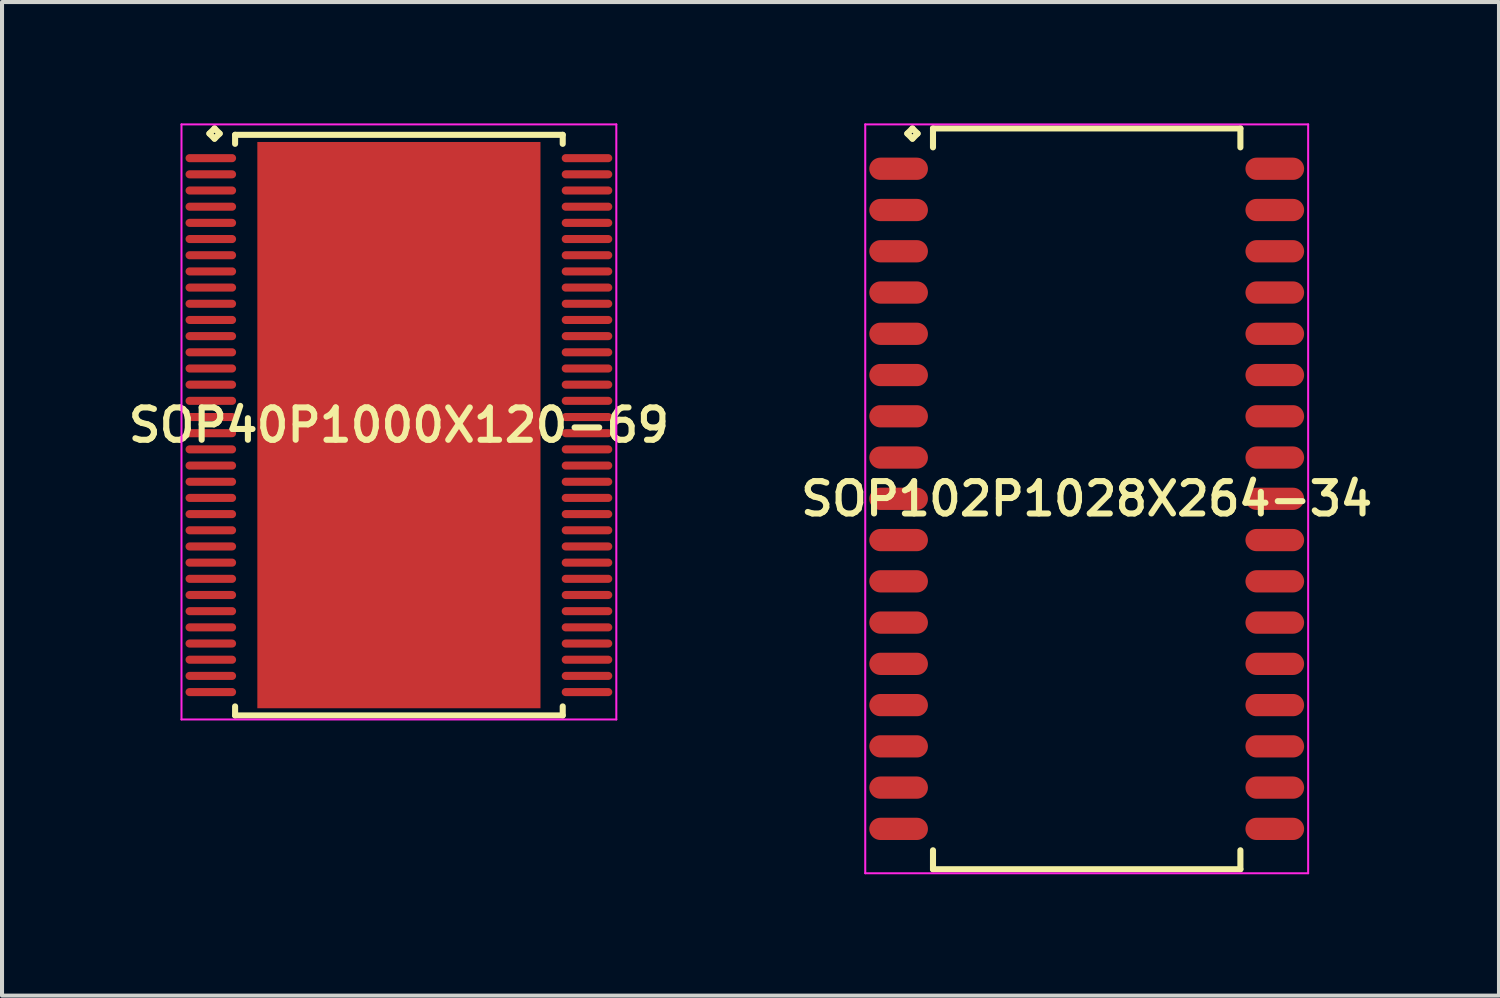
<source format=kicad_pcb>
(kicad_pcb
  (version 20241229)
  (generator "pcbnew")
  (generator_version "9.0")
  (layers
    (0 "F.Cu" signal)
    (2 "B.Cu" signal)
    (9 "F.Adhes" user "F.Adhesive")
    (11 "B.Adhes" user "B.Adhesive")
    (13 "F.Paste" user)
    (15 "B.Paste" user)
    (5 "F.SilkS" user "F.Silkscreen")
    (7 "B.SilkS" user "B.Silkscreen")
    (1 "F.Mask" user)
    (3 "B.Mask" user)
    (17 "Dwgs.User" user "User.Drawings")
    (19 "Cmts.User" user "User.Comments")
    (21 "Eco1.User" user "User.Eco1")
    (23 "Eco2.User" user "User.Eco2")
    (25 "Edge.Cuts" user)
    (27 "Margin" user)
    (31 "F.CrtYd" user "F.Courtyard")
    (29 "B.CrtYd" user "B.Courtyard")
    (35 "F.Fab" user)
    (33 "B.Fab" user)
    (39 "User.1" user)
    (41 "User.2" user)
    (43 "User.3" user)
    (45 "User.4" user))
  (footprint "SOP40P1000X120-69"
    (layer "F.Cu")
    (at 6.812 7.46)
    (property "Reference" "SOP40P1000X120-69" (at 0 0 0) (layer "F.SilkS") (effects (font (size 0.8 0.8) (thickness 0.15))))
    (attr smd)
    (fp_line (start -4.685 -7.208) (end -4.558 -7.335) (stroke (width 0.15) (type solid)) (layer "F.SilkS"))
    (fp_line (start -4.558 -7.335) (end -4.431 -7.208) (stroke (width 0.15) (type solid)) (layer "F.SilkS"))
    (fp_line (start -4.558 -7.081) (end -4.685 -7.208) (stroke (width 0.15) (type solid)) (layer "F.SilkS"))
    (fp_line (start -4.431 -7.208) (end -4.558 -7.081) (stroke (width 0.15) (type solid)) (layer "F.SilkS"))
    (fp_line (start -4.05 -7.177) (end 4.05 -7.177) (stroke (width 0.15) (type solid)) (layer "F.SilkS"))
    (fp_line (start -4.05 -6.954) (end -4.05 -7.177) (stroke (width 0.15) (type solid)) (layer "F.SilkS"))
    (fp_line (start -4.05 6.954) (end -4.05 7.177) (stroke (width 0.15) (type solid)) (layer "F.SilkS"))
    (fp_line (start -4.05 7.177) (end 4.05 7.177) (stroke (width 0.15) (type solid)) (layer "F.SilkS"))
    (fp_line (start 4.05 -7.177) (end 4.05 -6.954) (stroke (width 0.15) (type solid)) (layer "F.SilkS"))
    (fp_line (start 4.05 7.177) (end 4.05 6.954) (stroke (width 0.15) (type solid)) (layer "F.SilkS"))
    (fp_line (start -5.375 -7.435) (end 5.375 -7.435) (stroke (width 0.05) (type solid)) (layer "F.CrtYd"))
    (fp_line (start -5.375 7.277) (end -5.375 -7.435) (stroke (width 0.05) (type solid)) (layer "F.CrtYd"))
    (fp_line (start 5.375 -7.435) (end 5.375 7.277) (stroke (width 0.05) (type solid)) (layer "F.CrtYd"))
    (fp_line (start 5.375 7.277) (end -5.375 7.277) (stroke (width 0.05) (type solid)) (layer "F.CrtYd"))
    (pad "1" smd oval (at -4.65 -6.6) (size 1.25 0.2) (layers "F.Cu" "F.Mask" "F.Paste"))
    (pad "2" smd oval (at -4.65 -6.2) (size 1.25 0.2) (layers "F.Cu" "F.Mask" "F.Paste"))
    (pad "3" smd oval (at -4.65 -5.8) (size 1.25 0.2) (layers "F.Cu" "F.Mask" "F.Paste"))
    (pad "4" smd oval (at -4.65 -5.4) (size 1.25 0.2) (layers "F.Cu" "F.Mask" "F.Paste"))
    (pad "5" smd oval (at -4.65 -5) (size 1.25 0.2) (layers "F.Cu" "F.Mask" "F.Paste"))
    (pad "6" smd oval (at -4.65 -4.6) (size 1.25 0.2) (layers "F.Cu" "F.Mask" "F.Paste"))
    (pad "7" smd oval (at -4.65 -4.2) (size 1.25 0.2) (layers "F.Cu" "F.Mask" "F.Paste"))
    (pad "8" smd oval (at -4.65 -3.8) (size 1.25 0.2) (layers "F.Cu" "F.Mask" "F.Paste"))
    (pad "9" smd oval (at -4.65 -3.4) (size 1.25 0.2) (layers "F.Cu" "F.Mask" "F.Paste"))
    (pad "10" smd oval (at -4.65 -3) (size 1.25 0.2) (layers "F.Cu" "F.Mask" "F.Paste"))
    (pad "11" smd oval (at -4.65 -2.6) (size 1.25 0.2) (layers "F.Cu" "F.Mask" "F.Paste"))
    (pad "12" smd oval (at -4.65 -2.2) (size 1.25 0.2) (layers "F.Cu" "F.Mask" "F.Paste"))
    (pad "13" smd oval (at -4.65 -1.8) (size 1.25 0.2) (layers "F.Cu" "F.Mask" "F.Paste"))
    (pad "14" smd oval (at -4.65 -1.4) (size 1.25 0.2) (layers "F.Cu" "F.Mask" "F.Paste"))
    (pad "15" smd oval (at -4.65 -1) (size 1.25 0.2) (layers "F.Cu" "F.Mask" "F.Paste"))
    (pad "16" smd oval (at -4.65 -0.6) (size 1.25 0.2) (layers "F.Cu" "F.Mask" "F.Paste"))
    (pad "17" smd oval (at -4.65 -0.2) (size 1.25 0.2) (layers "F.Cu" "F.Mask" "F.Paste"))
    (pad "18" smd oval (at -4.65 0.2) (size 1.25 0.2) (layers "F.Cu" "F.Mask" "F.Paste"))
    (pad "19" smd oval (at -4.65 0.6) (size 1.25 0.2) (layers "F.Cu" "F.Mask" "F.Paste"))
    (pad "20" smd oval (at -4.65 1) (size 1.25 0.2) (layers "F.Cu" "F.Mask" "F.Paste"))
    (pad "21" smd oval (at -4.65 1.4) (size 1.25 0.2) (layers "F.Cu" "F.Mask" "F.Paste"))
    (pad "22" smd oval (at -4.65 1.8) (size 1.25 0.2) (layers "F.Cu" "F.Mask" "F.Paste"))
    (pad "23" smd oval (at -4.65 2.2) (size 1.25 0.2) (layers "F.Cu" "F.Mask" "F.Paste"))
    (pad "24" smd oval (at -4.65 2.6) (size 1.25 0.2) (layers "F.Cu" "F.Mask" "F.Paste"))
    (pad "25" smd oval (at -4.65 3) (size 1.25 0.2) (layers "F.Cu" "F.Mask" "F.Paste"))
    (pad "26" smd oval (at -4.65 3.4) (size 1.25 0.2) (layers "F.Cu" "F.Mask" "F.Paste"))
    (pad "27" smd oval (at -4.65 3.8) (size 1.25 0.2) (layers "F.Cu" "F.Mask" "F.Paste"))
    (pad "28" smd oval (at -4.65 4.2) (size 1.25 0.2) (layers "F.Cu" "F.Mask" "F.Paste"))
    (pad "29" smd oval (at -4.65 4.6) (size 1.25 0.2) (layers "F.Cu" "F.Mask" "F.Paste"))
    (pad "30" smd oval (at -4.65 5) (size 1.25 0.2) (layers "F.Cu" "F.Mask" "F.Paste"))
    (pad "31" smd oval (at -4.65 5.4) (size 1.25 0.2) (layers "F.Cu" "F.Mask" "F.Paste"))
    (pad "32" smd oval (at -4.65 5.8) (size 1.25 0.2) (layers "F.Cu" "F.Mask" "F.Paste"))
    (pad "33" smd oval (at -4.65 6.2) (size 1.25 0.2) (layers "F.Cu" "F.Mask" "F.Paste"))
    (pad "34" smd oval (at -4.65 6.6) (size 1.25 0.2) (layers "F.Cu" "F.Mask" "F.Paste"))
    (pad "35" smd oval (at 4.65 6.6) (size 1.25 0.2) (layers "F.Cu" "F.Mask" "F.Paste"))
    (pad "36" smd oval (at 4.65 6.2) (size 1.25 0.2) (layers "F.Cu" "F.Mask" "F.Paste"))
    (pad "37" smd oval (at 4.65 5.8) (size 1.25 0.2) (layers "F.Cu" "F.Mask" "F.Paste"))
    (pad "38" smd oval (at 4.65 5.4) (size 1.25 0.2) (layers "F.Cu" "F.Mask" "F.Paste"))
    (pad "39" smd oval (at 4.65 5) (size 1.25 0.2) (layers "F.Cu" "F.Mask" "F.Paste"))
    (pad "40" smd oval (at 4.65 4.6) (size 1.25 0.2) (layers "F.Cu" "F.Mask" "F.Paste"))
    (pad "41" smd oval (at 4.65 4.2) (size 1.25 0.2) (layers "F.Cu" "F.Mask" "F.Paste"))
    (pad "42" smd oval (at 4.65 3.8) (size 1.25 0.2) (layers "F.Cu" "F.Mask" "F.Paste"))
    (pad "43" smd oval (at 4.65 3.4) (size 1.25 0.2) (layers "F.Cu" "F.Mask" "F.Paste"))
    (pad "44" smd oval (at 4.65 3) (size 1.25 0.2) (layers "F.Cu" "F.Mask" "F.Paste"))
    (pad "45" smd oval (at 4.65 2.6) (size 1.25 0.2) (layers "F.Cu" "F.Mask" "F.Paste"))
    (pad "46" smd oval (at 4.65 2.2) (size 1.25 0.2) (layers "F.Cu" "F.Mask" "F.Paste"))
    (pad "47" smd oval (at 4.65 1.8) (size 1.25 0.2) (layers "F.Cu" "F.Mask" "F.Paste"))
    (pad "48" smd oval (at 4.65 1.4) (size 1.25 0.2) (layers "F.Cu" "F.Mask" "F.Paste"))
    (pad "49" smd oval (at 4.65 1) (size 1.25 0.2) (layers "F.Cu" "F.Mask" "F.Paste"))
    (pad "50" smd oval (at 4.65 0.6) (size 1.25 0.2) (layers "F.Cu" "F.Mask" "F.Paste"))
    (pad "51" smd oval (at 4.65 0.2) (size 1.25 0.2) (layers "F.Cu" "F.Mask" "F.Paste"))
    (pad "52" smd oval (at 4.65 -0.2) (size 1.25 0.2) (layers "F.Cu" "F.Mask" "F.Paste"))
    (pad "53" smd oval (at 4.65 -0.6) (size 1.25 0.2) (layers "F.Cu" "F.Mask" "F.Paste"))
    (pad "54" smd oval (at 4.65 -1) (size 1.25 0.2) (layers "F.Cu" "F.Mask" "F.Paste"))
    (pad "55" smd oval (at 4.65 -1.4) (size 1.25 0.2) (layers "F.Cu" "F.Mask" "F.Paste"))
    (pad "56" smd oval (at 4.65 -1.8) (size 1.25 0.2) (layers "F.Cu" "F.Mask" "F.Paste"))
    (pad "57" smd oval (at 4.65 -2.2) (size 1.25 0.2) (layers "F.Cu" "F.Mask" "F.Paste"))
    (pad "58" smd oval (at 4.65 -2.6) (size 1.25 0.2) (layers "F.Cu" "F.Mask" "F.Paste"))
    (pad "59" smd oval (at 4.65 -3) (size 1.25 0.2) (layers "F.Cu" "F.Mask" "F.Paste"))
    (pad "60" smd oval (at 4.65 -3.4) (size 1.25 0.2) (layers "F.Cu" "F.Mask" "F.Paste"))
    (pad "61" smd oval (at 4.65 -3.8) (size 1.25 0.2) (layers "F.Cu" "F.Mask" "F.Paste"))
    (pad "62" smd oval (at 4.65 -4.2) (size 1.25 0.2) (layers "F.Cu" "F.Mask" "F.Paste"))
    (pad "63" smd oval (at 4.65 -4.6) (size 1.25 0.2) (layers "F.Cu" "F.Mask" "F.Paste"))
    (pad "64" smd oval (at 4.65 -5) (size 1.25 0.2) (layers "F.Cu" "F.Mask" "F.Paste"))
    (pad "65" smd oval (at 4.65 -5.4) (size 1.25 0.2) (layers "F.Cu" "F.Mask" "F.Paste"))
    (pad "66" smd oval (at 4.65 -5.8) (size 1.25 0.2) (layers "F.Cu" "F.Mask" "F.Paste"))
    (pad "67" smd oval (at 4.65 -6.2) (size 1.25 0.2) (layers "F.Cu" "F.Mask" "F.Paste"))
    (pad "68" smd oval (at 4.65 -6.6) (size 1.25 0.2) (layers "F.Cu" "F.Mask" "F.Paste"))
    (pad "69" smd rect (at 0 0) (size 7 14) (layers "F.Cu" "F.Mask" "F.Paste")))
  (footprint "SOP102P1028X264-34"
    (layer "F.Cu")
    (at 23.816 9.282)
    (property "Reference" "SOP102P1028X264-34" (at 0 0 0) (layer "F.SilkS") (effects (font (size 0.8 0.8) (thickness 0.15))))
    (attr smd)
    (fp_line (start -4.435 -9.03) (end -4.308 -9.157) (stroke (width 0.15) (type solid)) (layer "F.SilkS"))
    (fp_line (start -4.308 -9.157) (end -4.181 -9.03) (stroke (width 0.15) (type solid)) (layer "F.SilkS"))
    (fp_line (start -4.308 -8.903) (end -4.435 -9.03) (stroke (width 0.15) (type solid)) (layer "F.SilkS"))
    (fp_line (start -4.181 -9.03) (end -4.308 -8.903) (stroke (width 0.15) (type solid)) (layer "F.SilkS"))
    (fp_line (start -3.8 -9.157) (end 3.8 -9.157) (stroke (width 0.15) (type solid)) (layer "F.SilkS"))
    (fp_line (start -3.8 -8.689) (end -3.8 -9.157) (stroke (width 0.15) (type solid)) (layer "F.SilkS"))
    (fp_line (start -3.8 8.689) (end -3.8 9.157) (stroke (width 0.15) (type solid)) (layer "F.SilkS"))
    (fp_line (start -3.8 9.157) (end 3.8 9.157) (stroke (width 0.15) (type solid)) (layer "F.SilkS"))
    (fp_line (start 3.8 -9.157) (end 3.8 -8.689) (stroke (width 0.15) (type solid)) (layer "F.SilkS"))
    (fp_line (start 3.8 9.157) (end 3.8 8.689) (stroke (width 0.15) (type solid)) (layer "F.SilkS"))
    (fp_line (start -5.475 -9.257) (end 5.475 -9.257) (stroke (width 0.05) (type solid)) (layer "F.CrtYd"))
    (fp_line (start -5.475 9.257) (end -5.475 -9.257) (stroke (width 0.05) (type solid)) (layer "F.CrtYd"))
    (fp_line (start 5.475 -9.257) (end 5.475 9.257) (stroke (width 0.05) (type solid)) (layer "F.CrtYd"))
    (fp_line (start 5.475 9.257) (end -5.475 9.257) (stroke (width 0.05) (type solid)) (layer "F.CrtYd"))
    (pad "1" smd oval (at -4.65 -8.16) (size 1.45 0.55) (layers "F.Cu" "F.Mask" "F.Paste"))
    (pad "2" smd oval (at -4.65 -7.14) (size 1.45 0.55) (layers "F.Cu" "F.Mask" "F.Paste"))
    (pad "3" smd oval (at -4.65 -6.12) (size 1.45 0.55) (layers "F.Cu" "F.Mask" "F.Paste"))
    (pad "4" smd oval (at -4.65 -5.1) (size 1.45 0.55) (layers "F.Cu" "F.Mask" "F.Paste"))
    (pad "5" smd oval (at -4.65 -4.08) (size 1.45 0.55) (layers "F.Cu" "F.Mask" "F.Paste"))
    (pad "6" smd oval (at -4.65 -3.06) (size 1.45 0.55) (layers "F.Cu" "F.Mask" "F.Paste"))
    (pad "7" smd oval (at -4.65 -2.04) (size 1.45 0.55) (layers "F.Cu" "F.Mask" "F.Paste"))
    (pad "8" smd oval (at -4.65 -1.02) (size 1.45 0.55) (layers "F.Cu" "F.Mask" "F.Paste"))
    (pad "9" smd oval (at -4.65 0) (size 1.45 0.55) (layers "F.Cu" "F.Mask" "F.Paste"))
    (pad "10" smd oval (at -4.65 1.02) (size 1.45 0.55) (layers "F.Cu" "F.Mask" "F.Paste"))
    (pad "11" smd oval (at -4.65 2.04) (size 1.45 0.55) (layers "F.Cu" "F.Mask" "F.Paste"))
    (pad "12" smd oval (at -4.65 3.06) (size 1.45 0.55) (layers "F.Cu" "F.Mask" "F.Paste"))
    (pad "13" smd oval (at -4.65 4.08) (size 1.45 0.55) (layers "F.Cu" "F.Mask" "F.Paste"))
    (pad "14" smd oval (at -4.65 5.1) (size 1.45 0.55) (layers "F.Cu" "F.Mask" "F.Paste"))
    (pad "15" smd oval (at -4.65 6.12) (size 1.45 0.55) (layers "F.Cu" "F.Mask" "F.Paste"))
    (pad "16" smd oval (at -4.65 7.14) (size 1.45 0.55) (layers "F.Cu" "F.Mask" "F.Paste"))
    (pad "17" smd oval (at -4.65 8.16) (size 1.45 0.55) (layers "F.Cu" "F.Mask" "F.Paste"))
    (pad "18" smd oval (at 4.65 8.16) (size 1.45 0.55) (layers "F.Cu" "F.Mask" "F.Paste"))
    (pad "19" smd oval (at 4.65 7.14) (size 1.45 0.55) (layers "F.Cu" "F.Mask" "F.Paste"))
    (pad "20" smd oval (at 4.65 6.12) (size 1.45 0.55) (layers "F.Cu" "F.Mask" "F.Paste"))
    (pad "21" smd oval (at 4.65 5.1) (size 1.45 0.55) (layers "F.Cu" "F.Mask" "F.Paste"))
    (pad "22" smd oval (at 4.65 4.08) (size 1.45 0.55) (layers "F.Cu" "F.Mask" "F.Paste"))
    (pad "23" smd oval (at 4.65 3.06) (size 1.45 0.55) (layers "F.Cu" "F.Mask" "F.Paste"))
    (pad "24" smd oval (at 4.65 2.04) (size 1.45 0.55) (layers "F.Cu" "F.Mask" "F.Paste"))
    (pad "25" smd oval (at 4.65 1.02) (size 1.45 0.55) (layers "F.Cu" "F.Mask" "F.Paste"))
    (pad "26" smd oval (at 4.65 0) (size 1.45 0.55) (layers "F.Cu" "F.Mask" "F.Paste"))
    (pad "27" smd oval (at 4.65 -1.02) (size 1.45 0.55) (layers "F.Cu" "F.Mask" "F.Paste"))
    (pad "28" smd oval (at 4.65 -2.04) (size 1.45 0.55) (layers "F.Cu" "F.Mask" "F.Paste"))
    (pad "29" smd oval (at 4.65 -3.06) (size 1.45 0.55) (layers "F.Cu" "F.Mask" "F.Paste"))
    (pad "30" smd oval (at 4.65 -4.08) (size 1.45 0.55) (layers "F.Cu" "F.Mask" "F.Paste"))
    (pad "31" smd oval (at 4.65 -5.1) (size 1.45 0.55) (layers "F.Cu" "F.Mask" "F.Paste"))
    (pad "32" smd oval (at 4.65 -6.12) (size 1.45 0.55) (layers "F.Cu" "F.Mask" "F.Paste"))
    (pad "33" smd oval (at 4.65 -7.14) (size 1.45 0.55) (layers "F.Cu" "F.Mask" "F.Paste"))
    (pad "34" smd oval (at 4.65 -8.16) (size 1.45 0.55) (layers "F.Cu" "F.Mask" "F.Paste")))
  (gr_rect
    (start -3 -3)
    (end 34.009 21.564)
    (stroke (width 0.1) (type default))
    (fill no)
    (layer "Edge.Cuts")))
</source>
